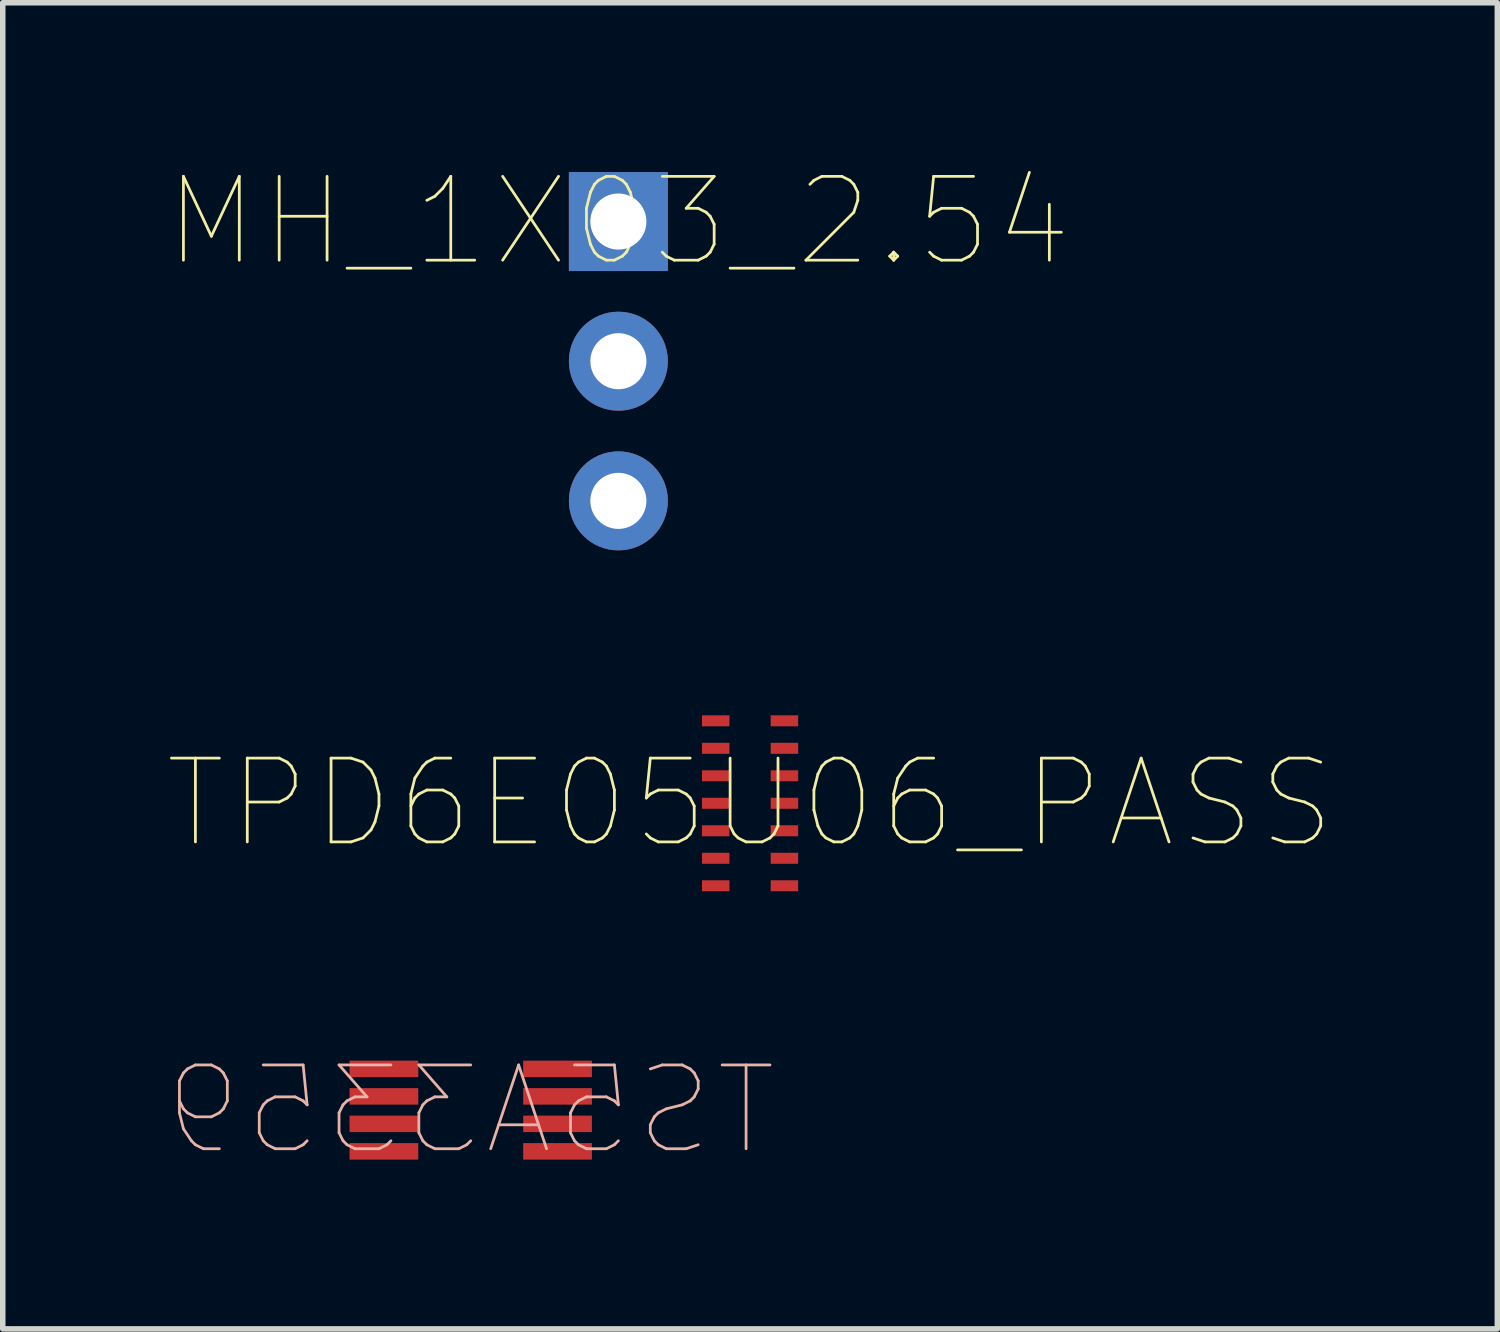
<source format=kicad_pcb>
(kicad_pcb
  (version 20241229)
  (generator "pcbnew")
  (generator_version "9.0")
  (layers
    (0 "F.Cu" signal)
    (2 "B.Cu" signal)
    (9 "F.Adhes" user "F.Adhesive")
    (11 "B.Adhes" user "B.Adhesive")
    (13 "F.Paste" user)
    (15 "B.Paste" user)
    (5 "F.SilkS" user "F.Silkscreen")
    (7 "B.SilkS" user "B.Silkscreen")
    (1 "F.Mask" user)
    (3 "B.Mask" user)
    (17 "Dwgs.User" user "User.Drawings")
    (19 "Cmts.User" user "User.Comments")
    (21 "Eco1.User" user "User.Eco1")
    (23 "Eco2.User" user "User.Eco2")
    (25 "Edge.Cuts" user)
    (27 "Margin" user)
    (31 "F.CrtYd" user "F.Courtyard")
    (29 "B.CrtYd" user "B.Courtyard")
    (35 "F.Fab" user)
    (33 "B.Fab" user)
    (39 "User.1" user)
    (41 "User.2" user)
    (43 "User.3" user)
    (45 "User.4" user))
  (footprint "TPD6E05U06_PASS"
    (layer "F.Cu")
    (at 10.591 11.559)
    (property "Reference" "TPD6E05U06_PASS" (at 0 0 0) (layer "F.SilkS") (effects (font (size 1.524 1.524) (thickness 0.05))))
    (attr smd)
    (pad "5" smd rect (at 0.625 -0.5 90) (size 0.2 0.5) (layers "F.Cu" "F.Mask" "F.Paste"))
    (pad "8" smd rect (at -0.625 -1.5 90) (size 0.2 0.5) (layers "F.Cu" "F.Mask" "F.Paste"))
    (pad "8" smd rect (at 0.625 -1.5 90) (size 0.2 0.5) (layers "F.Cu" "F.Mask" "F.Paste"))
    (pad "9" smd rect (at -0.625 -1 90) (size 0.2 0.5) (layers "F.Cu" "F.Mask" "F.Paste"))
    (pad "9" smd rect (at 0.625 -1 90) (size 0.2 0.5) (layers "F.Cu" "F.Mask" "F.Paste"))
    (pad "10" smd rect (at -0.625 -0.5 90) (size 0.2 0.5) (layers "F.Cu" "F.Mask" "F.Paste"))
    (pad "11" smd rect (at -0.625 0 90) (size 0.2 0.5) (layers "F.Cu" "F.Mask" "F.Paste"))
    (pad "11" smd rect (at 0.625 0 90) (size 0.2 0.5) (layers "F.Cu" "F.Mask" "F.Paste"))
    (pad "12" smd rect (at -0.625 0.5 90) (size 0.2 0.5) (layers "F.Cu" "F.Mask" "F.Paste"))
    (pad "12" smd rect (at 0.625 0.5 90) (size 0.2 0.5) (layers "F.Cu" "F.Mask" "F.Paste"))
    (pad "13" smd rect (at -0.625 1 90) (size 0.2 0.5) (layers "F.Cu" "F.Mask" "F.Paste"))
    (pad "13" smd rect (at 0.625 1 90) (size 0.2 0.5) (layers "F.Cu" "F.Mask" "F.Paste"))
    (pad "14" smd rect (at -0.625 1.5 90) (size 0.2 0.5) (layers "F.Cu" "F.Mask" "F.Paste"))
    (pad "14" smd rect (at 0.625 1.5 90) (size 0.2 0.5) (layers "F.Cu" "F.Mask" "F.Paste")))
  (footprint "MH_1X03_2.54"
    (layer "F.Cu")
    (at 8.196 0.979)
    (property "Reference" "MH_1X03_2.54" (at 0 0 0) (layer "F.SilkS") (effects (font (size 1.524 1.524) (thickness 0.05))))
    (attr smd)
    (pad "1" thru_hole rect (at 0 0 270) (size 1.8 1.8) (drill 1.02) (layers "*.Cu" "*.Mask"))
    (pad "2" thru_hole circle (at 0 2.54 270) (size 1.8 1.8) (drill 1.02) (layers "*.Cu" "*.Mask"))
    (pad "3" thru_hole circle (at 0 5.08 270) (size 1.8 1.8) (drill 1.02) (layers "*.Cu" "*.Mask")))
  (footprint "TS5A3359"
    (layer "F.Cu")
    (at 5.511 17.139)
    (property "Reference" "TS5A3359" (at 0 0 0) (layer "B.SilkS") (effects (font (size 1.524 1.524) (thickness 0.05)) (justify mirror)))
    (attr smd)
    (pad "1" smd rect (at -1.579 -0.75 90) (size 0.3 1.25) (layers "F.Cu" "F.Mask" "F.Paste"))
    (pad "2" smd rect (at -1.579 -0.25 90) (size 0.3 1.25) (layers "F.Cu" "F.Mask" "F.Paste"))
    (pad "3" smd rect (at -1.579 0.25 90) (size 0.3 1.25) (layers "F.Cu" "F.Mask" "F.Paste"))
    (pad "4" smd rect (at -1.579 0.75 90) (size 0.3 1.25) (layers "F.Cu" "F.Mask" "F.Paste"))
    (pad "5" smd rect (at 1.579 0.75 90) (size 0.3 1.25) (layers "F.Cu" "F.Mask" "F.Paste"))
    (pad "6" smd rect (at 1.579 0.25 90) (size 0.3 1.25) (layers "F.Cu" "F.Mask" "F.Paste"))
    (pad "7" smd rect (at 1.579 -0.25 90) (size 0.3 1.25) (layers "F.Cu" "F.Mask" "F.Paste"))
    (pad "8" smd rect (at 1.579 -0.75 90) (size 0.3 1.25) (layers "F.Cu" "F.Mask" "F.Paste")))
  (gr_rect
    (start -3 -3)
    (end 24.181 21.118)
    (stroke (width 0.1) (type default))
    (fill no)
    (layer "Edge.Cuts")))
</source>
